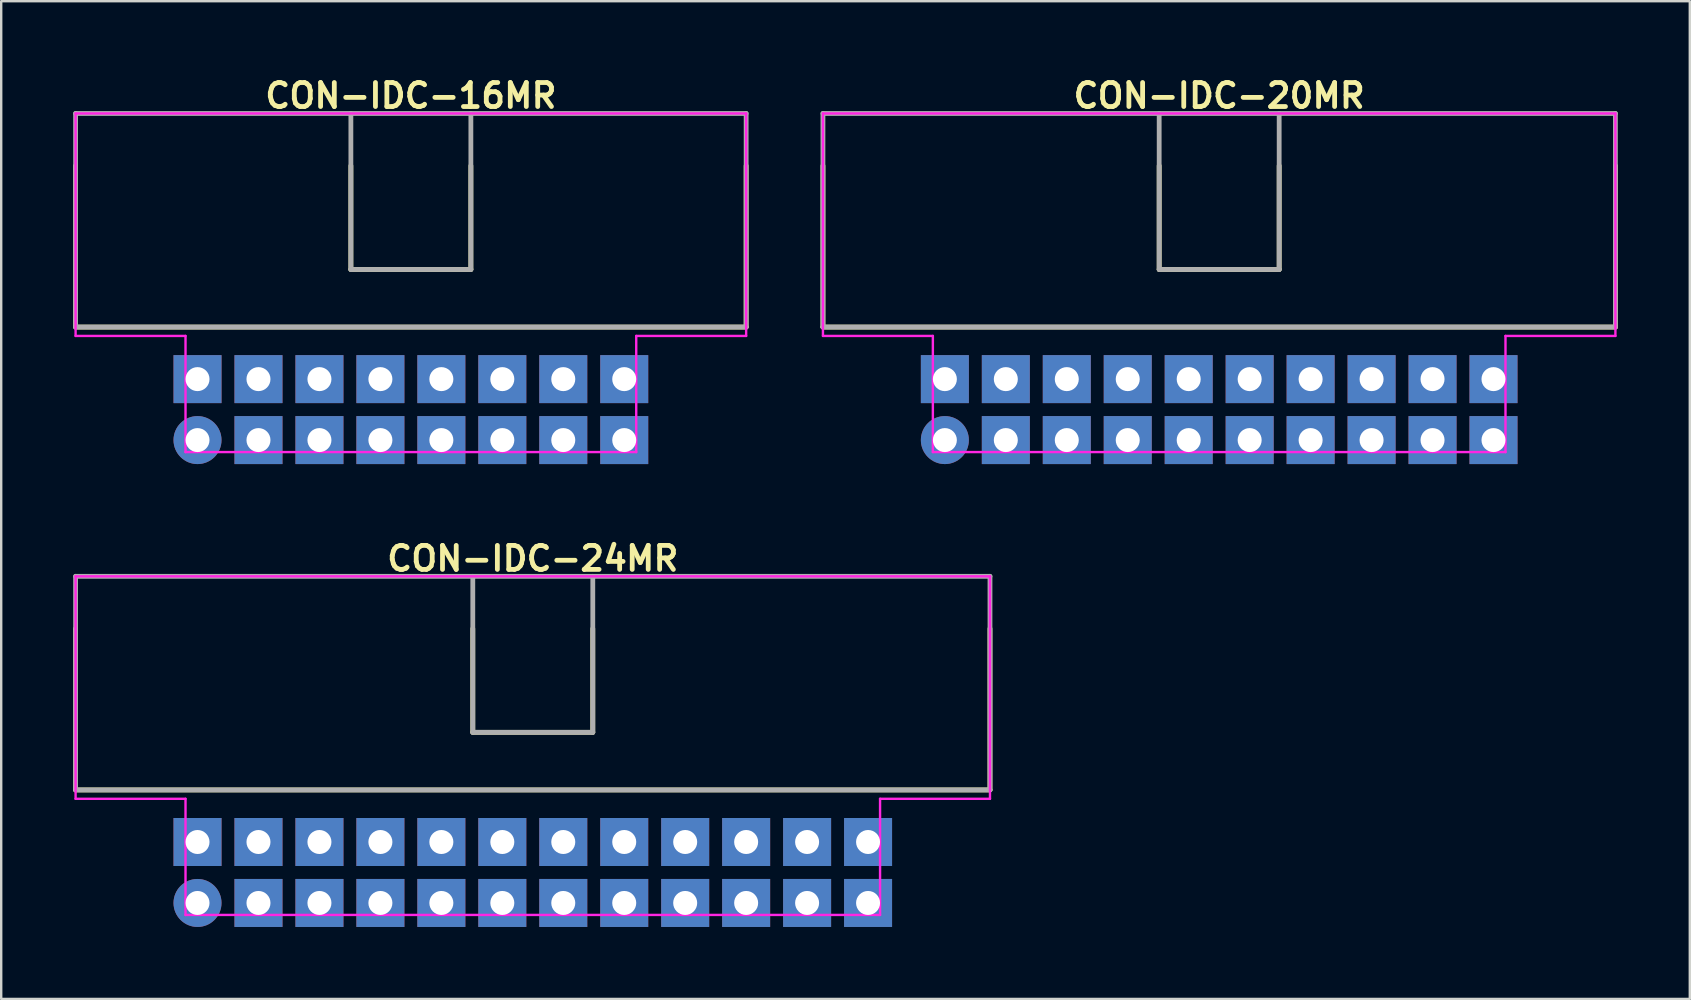
<source format=kicad_pcb>
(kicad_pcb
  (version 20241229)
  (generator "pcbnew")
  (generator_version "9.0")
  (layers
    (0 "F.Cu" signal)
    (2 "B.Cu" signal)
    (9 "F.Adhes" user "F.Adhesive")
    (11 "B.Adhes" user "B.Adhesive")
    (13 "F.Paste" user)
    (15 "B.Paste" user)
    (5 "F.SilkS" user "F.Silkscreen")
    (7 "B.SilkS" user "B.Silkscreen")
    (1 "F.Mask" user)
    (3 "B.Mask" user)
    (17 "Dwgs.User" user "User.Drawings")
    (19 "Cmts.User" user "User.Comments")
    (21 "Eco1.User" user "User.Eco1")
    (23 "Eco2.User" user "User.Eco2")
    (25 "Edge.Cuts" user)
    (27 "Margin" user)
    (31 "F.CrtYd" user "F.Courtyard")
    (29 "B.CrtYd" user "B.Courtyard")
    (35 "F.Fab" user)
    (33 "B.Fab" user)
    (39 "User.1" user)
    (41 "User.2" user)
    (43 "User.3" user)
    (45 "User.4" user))
  (footprint "CON-IDC-16MR"
    (layer "F.Cu")
    (at 14.07 14.017)
    (property "Reference" "CON-IDC-16MR" (at 0 -13.081 0) (layer "F.SilkS") (effects (font (size 1 1) (thickness 0.2))))
    (attr through_hole)
    (fp_line (start -13.97 -10.16) (end -13.97 -3.44) (stroke (width 0.2) (type solid)) (layer "F.SilkS"))
    (fp_line (start -13.97 -3.44) (end 13.97 -3.44) (stroke (width 0.2) (type solid)) (layer "F.SilkS"))
    (fp_line (start -2.5 -10.16) (end -2.5 -5.84) (stroke (width 0.2) (type solid)) (layer "F.SilkS"))
    (fp_line (start -2.5 -5.84) (end 2.5 -5.84) (stroke (width 0.2) (type solid)) (layer "F.SilkS"))
    (fp_line (start 2.5 -10.16) (end 2.5 -5.84) (stroke (width 0.2) (type solid)) (layer "F.SilkS"))
    (fp_line (start 13.97 -10.16) (end 13.97 -3.44) (stroke (width 0.2) (type solid)) (layer "F.SilkS"))
    (fp_line (start -13.97 -12.34) (end -13.97 -3.07) (stroke (width 0.1) (type solid)) (layer "F.CrtYd"))
    (fp_line (start -13.97 -12.34) (end 13.97 -12.34) (stroke (width 0.1) (type solid)) (layer "F.CrtYd"))
    (fp_line (start -13.97 -3.07) (end -9.39 -3.07) (stroke (width 0.1) (type solid)) (layer "F.CrtYd"))
    (fp_line (start -9.39 -3.07) (end -9.39 1.77) (stroke (width 0.1) (type solid)) (layer "F.CrtYd"))
    (fp_line (start -9.39 1.77) (end 9.39 1.77) (stroke (width 0.1) (type solid)) (layer "F.CrtYd"))
    (fp_line (start 9.39 -3.07) (end 9.39 1.77) (stroke (width 0.1) (type solid)) (layer "F.CrtYd"))
    (fp_line (start 9.39 -3.07) (end 13.97 -3.07) (stroke (width 0.1) (type solid)) (layer "F.CrtYd"))
    (fp_line (start 13.97 -12.34) (end 13.97 -3.07) (stroke (width 0.1) (type solid)) (layer "F.CrtYd"))
    (fp_line (start -13.97 -12.34) (end -13.97 -3.44) (stroke (width 0.2) (type solid)) (layer "F.Fab"))
    (fp_line (start -13.97 -12.34) (end 13.97 -12.34) (stroke (width 0.2) (type solid)) (layer "F.Fab"))
    (fp_line (start -13.97 -3.44) (end 13.97 -3.44) (stroke (width 0.2) (type solid)) (layer "F.Fab"))
    (fp_line (start -2.5 -12.34) (end -2.5 -5.84) (stroke (width 0.2) (type solid)) (layer "F.Fab"))
    (fp_line (start -2.5 -5.84) (end 2.5 -5.84) (stroke (width 0.2) (type solid)) (layer "F.Fab"))
    (fp_line (start 2.5 -12.34) (end 2.5 -5.84) (stroke (width 0.2) (type solid)) (layer "F.Fab"))
    (fp_line (start 13.97 -12.34) (end 13.97 -3.44) (stroke (width 0.2) (type solid)) (layer "F.Fab"))
    (pad "1" thru_hole circle (at -8.89 1.27) (size 2 2) (drill 1) (layers "B.Cu" "B.Mask"))
    (pad "2" thru_hole rect (at -8.89 -1.27) (size 2 2) (drill 1) (layers "B.Cu" "B.Mask"))
    (pad "3" thru_hole rect (at -6.35 1.27) (size 2 2) (drill 1) (layers "B.Cu" "B.Mask"))
    (pad "4" thru_hole rect (at -6.35 -1.27) (size 2 2) (drill 1) (layers "B.Cu" "B.Mask"))
    (pad "5" thru_hole rect (at -3.81 1.27) (size 2 2) (drill 1) (layers "B.Cu" "B.Mask"))
    (pad "6" thru_hole rect (at -3.81 -1.27) (size 2 2) (drill 1) (layers "B.Cu" "B.Mask"))
    (pad "7" thru_hole rect (at -1.27 1.27) (size 2 2) (drill 1) (layers "B.Cu" "B.Mask"))
    (pad "8" thru_hole rect (at -1.27 -1.27) (size 2 2) (drill 1) (layers "B.Cu" "B.Mask"))
    (pad "9" thru_hole rect (at 1.27 1.27) (size 2 2) (drill 1) (layers "B.Cu" "B.Mask"))
    (pad "10" thru_hole rect (at 1.27 -1.27) (size 2 2) (drill 1) (layers "B.Cu" "B.Mask"))
    (pad "11" thru_hole rect (at 3.81 1.27) (size 2 2) (drill 1) (layers "B.Cu" "B.Mask"))
    (pad "12" thru_hole rect (at 3.81 -1.27) (size 2 2) (drill 1) (layers "B.Cu" "B.Mask"))
    (pad "13" thru_hole rect (at 6.35 1.27) (size 2 2) (drill 1) (layers "B.Cu" "B.Mask"))
    (pad "14" thru_hole rect (at 6.35 -1.27) (size 2 2) (drill 1) (layers "B.Cu" "B.Mask"))
    (pad "15" thru_hole rect (at 8.89 1.27) (size 2 2) (drill 1) (layers "B.Cu" "B.Mask"))
    (pad "16" thru_hole rect (at 8.89 -1.27) (size 2 2) (drill 1) (layers "B.Cu" "B.Mask")))
  (footprint "CON-IDC-20MR"
    (layer "F.Cu")
    (at 47.75 14.017)
    (property "Reference" "CON-IDC-20MR" (at 0 -13.081 0) (layer "F.SilkS") (effects (font (size 1 1) (thickness 0.2))))
    (attr through_hole)
    (fp_line (start -16.51 -10.16) (end -16.51 -3.44) (stroke (width 0.2) (type solid)) (layer "F.SilkS"))
    (fp_line (start -16.51 -3.44) (end 16.51 -3.44) (stroke (width 0.2) (type solid)) (layer "F.SilkS"))
    (fp_line (start -2.5 -10.16) (end -2.5 -5.84) (stroke (width 0.2) (type solid)) (layer "F.SilkS"))
    (fp_line (start -2.5 -5.84) (end 2.5 -5.84) (stroke (width 0.2) (type solid)) (layer "F.SilkS"))
    (fp_line (start 2.5 -10.16) (end 2.5 -5.84) (stroke (width 0.2) (type solid)) (layer "F.SilkS"))
    (fp_line (start 16.51 -10.16) (end 16.51 -3.44) (stroke (width 0.2) (type solid)) (layer "F.SilkS"))
    (fp_line (start -16.51 -12.34) (end -16.51 -3.07) (stroke (width 0.1) (type solid)) (layer "F.CrtYd"))
    (fp_line (start -16.51 -12.34) (end 16.51 -12.34) (stroke (width 0.1) (type solid)) (layer "F.CrtYd"))
    (fp_line (start -16.51 -3.07) (end -11.93 -3.07) (stroke (width 0.1) (type solid)) (layer "F.CrtYd"))
    (fp_line (start -11.93 -3.07) (end -11.93 1.77) (stroke (width 0.1) (type solid)) (layer "F.CrtYd"))
    (fp_line (start -11.93 1.77) (end 11.93 1.77) (stroke (width 0.1) (type solid)) (layer "F.CrtYd"))
    (fp_line (start 11.93 -3.07) (end 11.93 1.77) (stroke (width 0.1) (type solid)) (layer "F.CrtYd"))
    (fp_line (start 11.93 -3.07) (end 16.51 -3.07) (stroke (width 0.1) (type solid)) (layer "F.CrtYd"))
    (fp_line (start 16.51 -12.34) (end 16.51 -3.07) (stroke (width 0.1) (type solid)) (layer "F.CrtYd"))
    (fp_line (start -16.51 -12.34) (end -16.51 -3.44) (stroke (width 0.2) (type solid)) (layer "F.Fab"))
    (fp_line (start -16.51 -12.34) (end 16.51 -12.34) (stroke (width 0.2) (type solid)) (layer "F.Fab"))
    (fp_line (start -16.51 -3.44) (end 16.51 -3.44) (stroke (width 0.2) (type solid)) (layer "F.Fab"))
    (fp_line (start -2.5 -12.34) (end -2.5 -5.84) (stroke (width 0.2) (type solid)) (layer "F.Fab"))
    (fp_line (start -2.5 -5.84) (end 2.5 -5.84) (stroke (width 0.2) (type solid)) (layer "F.Fab"))
    (fp_line (start 2.5 -12.34) (end 2.5 -5.84) (stroke (width 0.2) (type solid)) (layer "F.Fab"))
    (fp_line (start 16.51 -12.34) (end 16.51 -3.44) (stroke (width 0.2) (type solid)) (layer "F.Fab"))
    (pad "1" thru_hole circle (at -11.43 1.27) (size 2 2) (drill 1) (layers "B.Cu" "B.Mask"))
    (pad "2" thru_hole rect (at -11.43 -1.27) (size 2 2) (drill 1) (layers "B.Cu" "B.Mask"))
    (pad "3" thru_hole rect (at -8.89 1.27) (size 2 2) (drill 1) (layers "B.Cu" "B.Mask"))
    (pad "4" thru_hole rect (at -8.89 -1.27) (size 2 2) (drill 1) (layers "B.Cu" "B.Mask"))
    (pad "5" thru_hole rect (at -6.35 1.27) (size 2 2) (drill 1) (layers "B.Cu" "B.Mask"))
    (pad "6" thru_hole rect (at -6.35 -1.27) (size 2 2) (drill 1) (layers "B.Cu" "B.Mask"))
    (pad "7" thru_hole rect (at -3.81 1.27) (size 2 2) (drill 1) (layers "B.Cu" "B.Mask"))
    (pad "8" thru_hole rect (at -3.81 -1.27) (size 2 2) (drill 1) (layers "B.Cu" "B.Mask"))
    (pad "9" thru_hole rect (at -1.27 1.27) (size 2 2) (drill 1) (layers "B.Cu" "B.Mask"))
    (pad "10" thru_hole rect (at -1.27 -1.27) (size 2 2) (drill 1) (layers "B.Cu" "B.Mask"))
    (pad "11" thru_hole rect (at 1.27 1.27) (size 2 2) (drill 1) (layers "B.Cu" "B.Mask"))
    (pad "12" thru_hole rect (at 1.27 -1.27) (size 2 2) (drill 1) (layers "B.Cu" "B.Mask"))
    (pad "13" thru_hole rect (at 3.81 1.27) (size 2 2) (drill 1) (layers "B.Cu" "B.Mask"))
    (pad "14" thru_hole rect (at 3.81 -1.27) (size 2 2) (drill 1) (layers "B.Cu" "B.Mask"))
    (pad "15" thru_hole rect (at 6.35 1.27) (size 2 2) (drill 1) (layers "B.Cu" "B.Mask"))
    (pad "16" thru_hole rect (at 6.35 -1.27) (size 2 2) (drill 1) (layers "B.Cu" "B.Mask"))
    (pad "17" thru_hole rect (at 8.89 1.27) (size 2 2) (drill 1) (layers "B.Cu" "B.Mask"))
    (pad "18" thru_hole rect (at 8.89 -1.27) (size 2 2) (drill 1) (layers "B.Cu" "B.Mask"))
    (pad "19" thru_hole rect (at 11.43 1.27) (size 2 2) (drill 1) (layers "B.Cu" "B.Mask"))
    (pad "20" thru_hole rect (at 11.43 -1.27) (size 2 2) (drill 1) (layers "B.Cu" "B.Mask")))
  (footprint "CON-IDC-24MR"
    (layer "F.Cu")
    (at 19.15 33.304)
    (property "Reference" "CON-IDC-24MR" (at 0 -13.081 0) (layer "F.SilkS") (effects (font (size 1 1) (thickness 0.2))))
    (attr through_hole)
    (fp_line (start -19.05 -10.16) (end -19.05 -3.44) (stroke (width 0.2) (type solid)) (layer "F.SilkS"))
    (fp_line (start -19.05 -3.44) (end 19.05 -3.44) (stroke (width 0.2) (type solid)) (layer "F.SilkS"))
    (fp_line (start -2.5 -10.16) (end -2.5 -5.84) (stroke (width 0.2) (type solid)) (layer "F.SilkS"))
    (fp_line (start -2.5 -5.84) (end 2.5 -5.84) (stroke (width 0.2) (type solid)) (layer "F.SilkS"))
    (fp_line (start 2.5 -10.16) (end 2.5 -5.84) (stroke (width 0.2) (type solid)) (layer "F.SilkS"))
    (fp_line (start 19.05 -10.16) (end 19.05 -3.44) (stroke (width 0.2) (type solid)) (layer "F.SilkS"))
    (fp_line (start -19.05 -12.34) (end -19.05 -3.07) (stroke (width 0.1) (type solid)) (layer "F.CrtYd"))
    (fp_line (start -19.05 -12.34) (end 19.05 -12.34) (stroke (width 0.1) (type solid)) (layer "F.CrtYd"))
    (fp_line (start -19.05 -3.07) (end -14.47 -3.07) (stroke (width 0.1) (type solid)) (layer "F.CrtYd"))
    (fp_line (start -14.47 -3.07) (end -14.47 1.77) (stroke (width 0.1) (type solid)) (layer "F.CrtYd"))
    (fp_line (start -14.47 1.77) (end 14.47 1.77) (stroke (width 0.1) (type solid)) (layer "F.CrtYd"))
    (fp_line (start 14.47 -3.07) (end 14.47 1.77) (stroke (width 0.1) (type solid)) (layer "F.CrtYd"))
    (fp_line (start 14.47 -3.07) (end 19.05 -3.07) (stroke (width 0.1) (type solid)) (layer "F.CrtYd"))
    (fp_line (start 19.05 -12.34) (end 19.05 -3.07) (stroke (width 0.1) (type solid)) (layer "F.CrtYd"))
    (fp_line (start -19.05 -12.34) (end -19.05 -3.44) (stroke (width 0.2) (type solid)) (layer "F.Fab"))
    (fp_line (start -19.05 -12.34) (end 19.05 -12.34) (stroke (width 0.2) (type solid)) (layer "F.Fab"))
    (fp_line (start -19.05 -3.44) (end 19.05 -3.44) (stroke (width 0.2) (type solid)) (layer "F.Fab"))
    (fp_line (start -2.5 -12.34) (end -2.5 -5.84) (stroke (width 0.2) (type solid)) (layer "F.Fab"))
    (fp_line (start -2.5 -5.84) (end 2.5 -5.84) (stroke (width 0.2) (type solid)) (layer "F.Fab"))
    (fp_line (start 2.5 -12.34) (end 2.5 -5.84) (stroke (width 0.2) (type solid)) (layer "F.Fab"))
    (fp_line (start 19.05 -12.34) (end 19.05 -3.44) (stroke (width 0.2) (type solid)) (layer "F.Fab"))
    (pad "1" thru_hole circle (at -13.97 1.27) (size 2 2) (drill 1) (layers "B.Cu" "B.Mask"))
    (pad "2" thru_hole rect (at -13.97 -1.27) (size 2 2) (drill 1) (layers "B.Cu" "B.Mask"))
    (pad "3" thru_hole rect (at -11.43 1.27) (size 2 2) (drill 1) (layers "B.Cu" "B.Mask"))
    (pad "4" thru_hole rect (at -11.43 -1.27) (size 2 2) (drill 1) (layers "B.Cu" "B.Mask"))
    (pad "5" thru_hole rect (at -8.89 1.27) (size 2 2) (drill 1) (layers "B.Cu" "B.Mask"))
    (pad "6" thru_hole rect (at -8.89 -1.27) (size 2 2) (drill 1) (layers "B.Cu" "B.Mask"))
    (pad "7" thru_hole rect (at -6.35 1.27) (size 2 2) (drill 1) (layers "B.Cu" "B.Mask"))
    (pad "8" thru_hole rect (at -6.35 -1.27) (size 2 2) (drill 1) (layers "B.Cu" "B.Mask"))
    (pad "9" thru_hole rect (at -3.81 1.27) (size 2 2) (drill 1) (layers "B.Cu" "B.Mask"))
    (pad "10" thru_hole rect (at -3.81 -1.27) (size 2 2) (drill 1) (layers "B.Cu" "B.Mask"))
    (pad "11" thru_hole rect (at -1.27 1.27) (size 2 2) (drill 1) (layers "B.Cu" "B.Mask"))
    (pad "12" thru_hole rect (at -1.27 -1.27) (size 2 2) (drill 1) (layers "B.Cu" "B.Mask"))
    (pad "13" thru_hole rect (at 1.27 1.27) (size 2 2) (drill 1) (layers "B.Cu" "B.Mask"))
    (pad "14" thru_hole rect (at 1.27 -1.27) (size 2 2) (drill 1) (layers "B.Cu" "B.Mask"))
    (pad "15" thru_hole rect (at 3.81 1.27) (size 2 2) (drill 1) (layers "B.Cu" "B.Mask"))
    (pad "16" thru_hole rect (at 3.81 -1.27) (size 2 2) (drill 1) (layers "B.Cu" "B.Mask"))
    (pad "17" thru_hole rect (at 6.35 1.27) (size 2 2) (drill 1) (layers "B.Cu" "B.Mask"))
    (pad "18" thru_hole rect (at 6.35 -1.27) (size 2 2) (drill 1) (layers "B.Cu" "B.Mask"))
    (pad "19" thru_hole rect (at 8.89 1.27) (size 2 2) (drill 1) (layers "B.Cu" "B.Mask"))
    (pad "20" thru_hole rect (at 8.89 -1.27) (size 2 2) (drill 1) (layers "B.Cu" "B.Mask"))
    (pad "21" thru_hole rect (at 11.43 1.27) (size 2 2) (drill 1) (layers "B.Cu" "B.Mask"))
    (pad "22" thru_hole rect (at 11.43 -1.27) (size 2 2) (drill 1) (layers "B.Cu" "B.Mask"))
    (pad "23" thru_hole rect (at 13.97 1.27) (size 2 2) (drill 1) (layers "B.Cu" "B.Mask"))
    (pad "24" thru_hole rect (at 13.97 -1.27) (size 2 2) (drill 1) (layers "B.Cu" "B.Mask")))
  (gr_rect
    (start -3 -3)
    (end 67.36 38.574)
    (stroke (width 0.1) (type default))
    (fill no)
    (layer "Edge.Cuts")))
</source>
